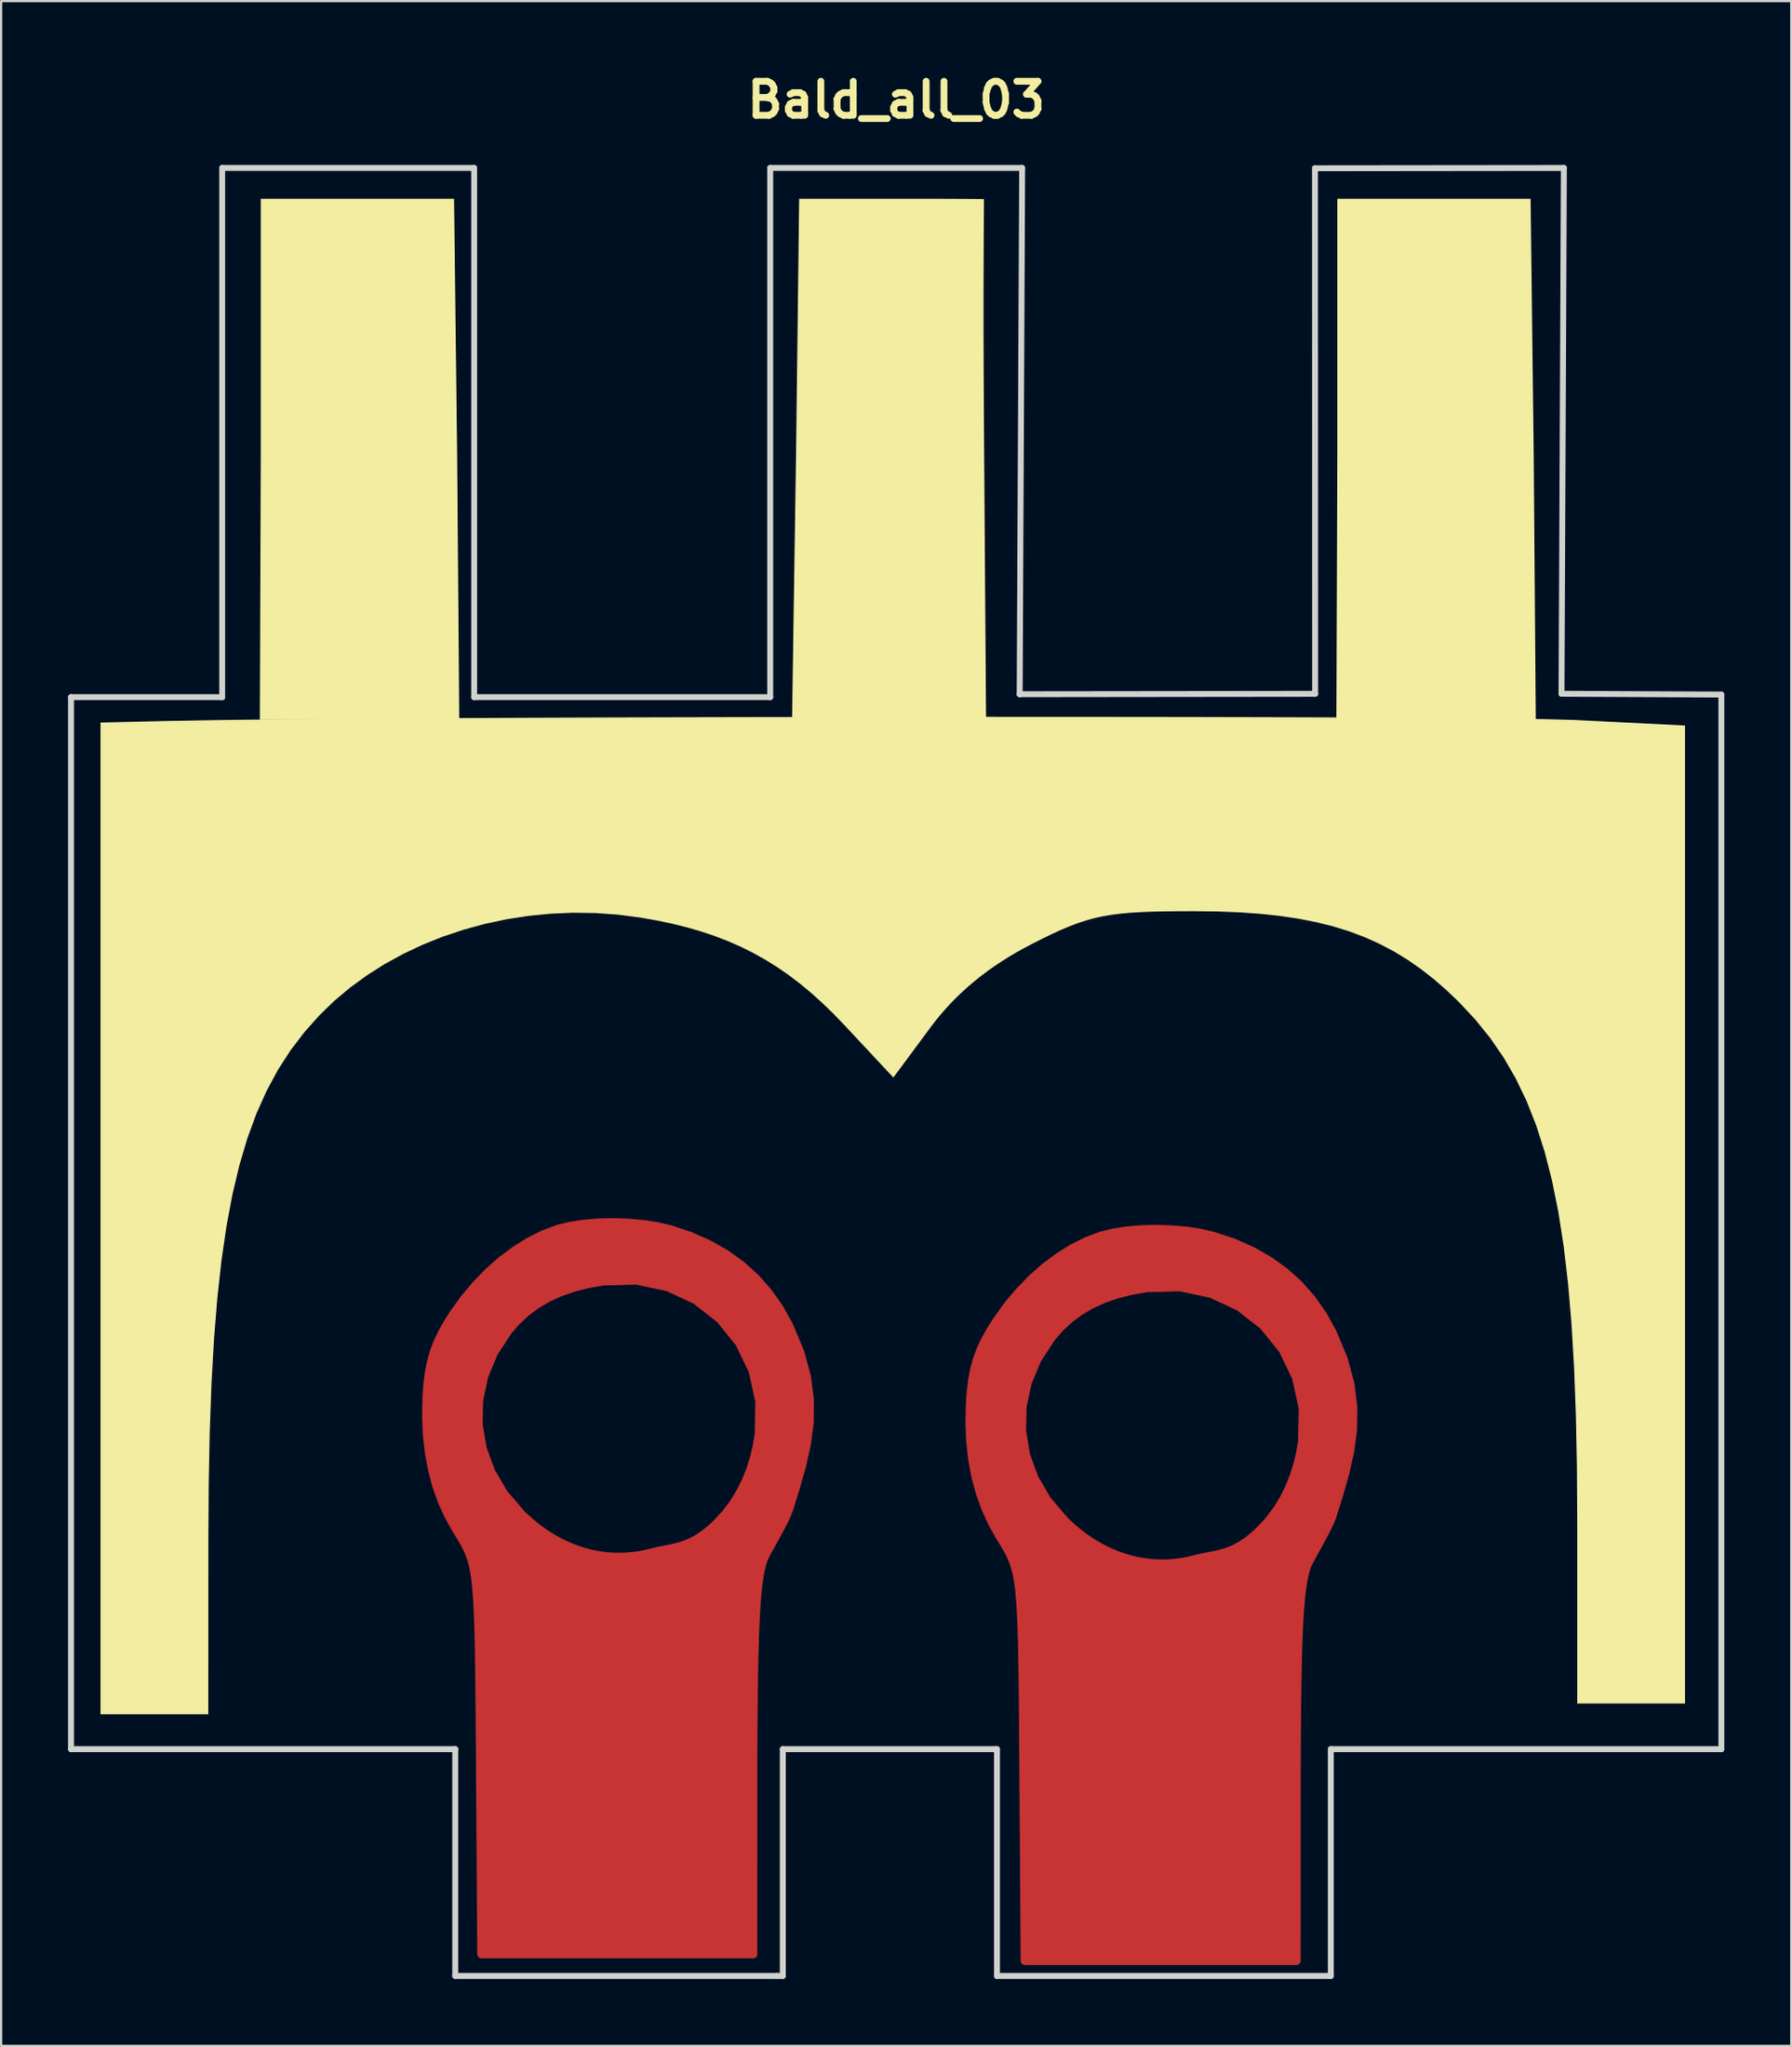
<source format=kicad_pcb>
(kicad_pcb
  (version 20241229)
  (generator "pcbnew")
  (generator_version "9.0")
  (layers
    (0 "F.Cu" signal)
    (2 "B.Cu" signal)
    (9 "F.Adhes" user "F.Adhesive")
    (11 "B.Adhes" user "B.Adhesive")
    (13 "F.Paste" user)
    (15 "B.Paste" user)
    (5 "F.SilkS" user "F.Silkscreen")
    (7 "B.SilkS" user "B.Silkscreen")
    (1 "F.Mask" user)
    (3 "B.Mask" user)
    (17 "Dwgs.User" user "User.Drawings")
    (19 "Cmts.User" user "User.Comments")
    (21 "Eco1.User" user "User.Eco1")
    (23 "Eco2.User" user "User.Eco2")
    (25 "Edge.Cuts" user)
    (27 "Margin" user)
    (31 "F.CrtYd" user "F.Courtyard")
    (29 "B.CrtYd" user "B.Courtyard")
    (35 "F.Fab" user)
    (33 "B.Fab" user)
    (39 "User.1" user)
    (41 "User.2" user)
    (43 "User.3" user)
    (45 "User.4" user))
  (footprint "Bald_all_03"
    (layer "F.Cu")
    (at 37.103 44.973)
    (property "Reference" "Bald_all_03" (at 0 -43.547 0) (layer "F.SilkS") (effects (font (size 1.524 1.524) (thickness 0.305))))
    (attr smd)
    (fp_poly (pts (xy -18.643 31.317) (xy -10.909 21.517) (xy -10.811 21.494) (xy -10.715 21.472) (xy -10.621 21.452) (xy -10.528 21.433) (xy -10.437 21.415) (xy -10.347 21.397) (xy -10.258 21.379) (xy -10.17 21.361) (xy -10.083 21.343) (xy -9.996 21.324) (xy -9.91 21.304) (xy -9.825 21.283) (xy -9.739 21.26) (xy -9.654 21.236) (xy -9.568 21.209) (xy -9.482 21.179) (xy -9.396 21.147) (xy -9.309 21.112) (xy -9.222 21.073) (xy -9.133 21.03) (xy -9.043 20.984) (xy -8.953 20.933) (xy -8.86 20.878) (xy -8.767 20.817) (xy -8.671 20.752) (xy -8.574 20.681) (xy -8.475 20.604) (xy -8.374 20.521) (xy -8.27 20.432) (xy -8.164 20.336) (xy -8.055 20.233) (xy -7.641 19.787) (xy -7.285 19.314) (xy -6.983 18.819) (xy -6.731 18.31) (xy -6.526 17.793) (xy -6.365 17.274) (xy -6.243 16.761) (xy -6.157 16.259) (xy -6.126 14.769) (xy -6.431 13.383) (xy -7.033 12.139) (xy -7.893 11.075) (xy -8.972 10.23) (xy -10.232 9.641) (xy -11.634 9.347) (xy -13.138 9.386) (xy -13.831 9.508) (xy -14.474 9.673) (xy -15.069 9.881) (xy -15.618 10.134) (xy -16.123 10.432) (xy -16.585 10.776) (xy -17.006 11.167) (xy -17.39 11.607) (xy -18.029 12.59) (xy -18.461 13.629) (xy -18.688 14.703) (xy -18.711 15.788) (xy -18.532 16.862) (xy -18.153 17.903) (xy -17.574 18.889) (xy -16.799 19.797) (xy -16.641 19.948) (xy -16.481 20.093) (xy -16.319 20.232) (xy -16.155 20.365) (xy -15.988 20.493) (xy -15.819 20.614) (xy -15.649 20.729) (xy -15.476 20.837) (xy -15.302 20.94) (xy -15.126 21.037) (xy -14.949 21.127) (xy -14.77 21.211) (xy -14.589 21.289) (xy -14.407 21.36) (xy -14.224 21.426) (xy -14.04 21.484) (xy -13.855 21.537) (xy -13.669 21.583) (xy -13.482 21.623) (xy -13.294 21.656) (xy -13.105 21.683) (xy -12.916 21.703) (xy -12.726 21.717) (xy -12.536 21.724) (xy -12.345 21.724) (xy -12.155 21.718) (xy -11.964 21.706) (xy -11.773 21.687) (xy -11.581 21.661) (xy -11.39 21.628) (xy -11.2 21.588) (xy -11.009 21.542) (xy -11.009 21.542) (xy -10.909 21.517) (xy -18.643 31.317) (xy -18.646 30.889) (xy -18.648 30.474) (xy -18.651 30.073) (xy -18.654 29.684) (xy -18.657 29.309) (xy -18.66 28.946) (xy -18.663 28.595) (xy -18.666 28.256) (xy -18.669 27.928) (xy -18.672 27.613) (xy -18.675 27.308) (xy -18.678 27.014) (xy -18.682 26.731) (xy -18.686 26.459) (xy -18.69 26.197) (xy -18.694 25.944) (xy -18.698 25.702) (xy -18.703 25.469) (xy -18.709 25.244) (xy -18.714 25.029) (xy -18.72 24.823) (xy -18.727 24.625) (xy -18.734 24.435) (xy -18.741 24.253) (xy -18.775 23.599) (xy -18.819 23.051) (xy -18.832 22.928) (xy -18.845 22.811) (xy -18.859 22.7) (xy -18.874 22.592) (xy -18.89 22.49) (xy -18.906 22.392) (xy -18.924 22.298) (xy -18.942 22.207) (xy -18.961 22.121) (xy -18.981 22.037) (xy -19.002 21.957) (xy -19.024 21.879) (xy -19.047 21.804) (xy -19.071 21.732) (xy -19.096 21.661) (xy -19.122 21.592) (xy -19.237 21.329) (xy -19.371 21.074) (xy -19.527 20.811) (xy -19.704 20.523) (xy -20.057 19.893) (xy -20.358 19.229) (xy -20.605 18.532) (xy -20.798 17.802) (xy -20.939 17.039) (xy -21.027 16.243) (xy -21.061 15.414) (xy -21.042 14.553) (xy -21.001 13.991) (xy -20.937 13.483) (xy -20.846 13.015) (xy -20.724 12.575) (xy -20.566 12.15) (xy -20.37 11.728) (xy -20.13 11.297) (xy -19.844 10.843) (xy -19.357 10.166) (xy -18.831 9.537) (xy -18.272 8.961) (xy -17.685 8.443) (xy -17.075 7.987) (xy -16.45 7.597) (xy -15.814 7.279) (xy -15.174 7.038) (xy -14.641 6.904) (xy -14.037 6.808) (xy -13.383 6.752) (xy -12.7 6.734) (xy -12.01 6.756) (xy -11.334 6.816) (xy -10.694 6.915) (xy -10.111 7.052) (xy -9.215 7.353) (xy -8.384 7.722) (xy -7.62 8.159) (xy -6.923 8.663) (xy -6.292 9.236) (xy -5.728 9.876) (xy -5.231 10.583) (xy -4.801 11.359) (xy -4.301 12.553) (xy -3.999 13.665) (xy -3.868 14.713) (xy -3.879 15.714) (xy -4.006 16.686) (xy -4.22 17.647) (xy -4.495 18.613) (xy -4.802 19.602) (xy -4.896 19.842) (xy -5.037 20.14) (xy -5.21 20.473) (xy -5.397 20.818) (xy -5.444 20.903) (xy -5.491 20.987) (xy -5.537 21.07) (xy -5.582 21.151) (xy -5.625 21.23) (xy -5.667 21.307) (xy -5.708 21.381) (xy -5.746 21.452) (xy -5.782 21.519) (xy -5.815 21.582) (xy -5.846 21.641) (xy -5.874 21.696) (xy -5.898 21.745) (xy -5.918 21.789) (xy -5.935 21.828) (xy -5.948 21.861) (xy -6.012 22.067) (xy -6.07 22.308) (xy -6.122 22.59) (xy -6.169 22.919) (xy -6.181 23.009) (xy -6.191 23.102) (xy -6.202 23.199) (xy -6.212 23.299) (xy -6.249 23.736) (xy -6.281 24.235) (xy -6.289 24.37) (xy -6.296 24.51) (xy -6.303 24.653) (xy -6.31 24.802) (xy -6.316 24.955) (xy -6.322 25.112) (xy -6.328 25.275) (xy -6.334 25.442) (xy -6.339 25.614) (xy -6.344 25.791) (xy -6.349 25.973) (xy -6.354 26.16) (xy -6.358 26.353) (xy -6.362 26.551) (xy -6.366 26.754) (xy -6.37 26.963) (xy -6.374 27.177) (xy -6.377 27.397) (xy -6.38 27.623) (xy -6.383 27.854) (xy -6.386 28.092) (xy -6.389 28.335) (xy -6.391 28.585) (xy -6.393 28.841) (xy -6.395 29.103) (xy -6.397 29.371) (xy -6.398 29.646) (xy -6.399 29.927) (xy -6.401 30.215) (xy -6.402 30.509) (xy -6.403 30.81) (xy -6.404 31.118) (xy -6.404 31.433) (xy -6.405 31.755) (xy -6.405 32.084) (xy -6.405 32.421) (xy -6.405 32.865) (xy -6.405 33.309) (xy -6.405 33.753) (xy -6.405 34.197) (xy -6.405 34.642) (xy -6.405 35.086) (xy -6.406 35.53) (xy -6.406 35.974) (xy -6.406 36.418) (xy -6.406 36.863) (xy -6.406 37.307) (xy -6.406 37.751) (xy -6.406 38.195) (xy -6.406 38.639) (xy -6.406 39.084) (xy -6.406 39.528) (xy -6.787 39.528) (xy -7.167 39.528) (xy -7.548 39.528) (xy -7.929 39.528) (xy -9.451 39.528) (xy -10.974 39.528) (xy -12.496 39.528) (xy -14.019 39.528) (xy -15.542 39.528) (xy -17.064 39.528) (xy -17.445 39.528) (xy -17.825 39.528) (xy -18.206 39.528) (xy -18.587 39.528) (xy -18.59 39.015) (xy -18.594 38.501) (xy -18.597 37.988) (xy -18.601 37.475) (xy -18.604 36.962) (xy -18.608 36.449) (xy -18.611 35.936) (xy -18.615 35.423) (xy -18.619 34.909) (xy -18.622 34.396) (xy -18.626 33.883) (xy -18.629 33.37) (xy -18.633 32.857) (xy -18.636 32.344) (xy -18.637 32.215) (xy -18.638 32.087) (xy -18.639 31.959) (xy -18.64 31.83) (xy -18.64 31.702) (xy -18.641 31.574) (xy -18.642 31.446) (xy -18.643 31.317) (xy -18.643 31.317) (xy -18.643 31.317) (xy -18.643 31.317) (xy -18.643 31.317) (xy -18.643 31.317) (xy -18.643 31.317) (xy -18.643 31.317) (xy -18.643 31.317) (xy -18.643 31.317) (xy -18.643 31.317) (xy -18.643 31.317) (xy -18.643 31.317) (xy -18.643 31.317)) (stroke (width 0.365) (type solid)) (fill yes) (layer "F.Cu"))
    (fp_poly (pts (xy 5.704 31.617) (xy 13.437 21.816) (xy 13.535 21.793) (xy 13.631 21.772) (xy 13.726 21.751) (xy 13.818 21.732) (xy 13.91 21.714) (xy 14 21.696) (xy 14.088 21.679) (xy 14.176 21.661) (xy 14.264 21.643) (xy 14.35 21.624) (xy 14.436 21.604) (xy 14.522 21.583) (xy 14.607 21.56) (xy 14.693 21.535) (xy 14.778 21.508) (xy 14.864 21.479) (xy 14.95 21.446) (xy 15.037 21.411) (xy 15.125 21.372) (xy 15.213 21.33) (xy 15.303 21.283) (xy 15.394 21.232) (xy 15.486 21.177) (xy 15.58 21.117) (xy 15.675 21.051) (xy 15.772 20.98) (xy 15.872 20.903) (xy 15.973 20.821) (xy 16.076 20.731) (xy 16.183 20.635) (xy 16.291 20.532) (xy 16.705 20.086) (xy 17.061 19.613) (xy 17.364 19.118) (xy 17.615 18.609) (xy 17.82 18.092) (xy 17.982 17.574) (xy 18.104 17.06) (xy 18.189 16.559) (xy 18.22 15.069) (xy 17.915 13.683) (xy 17.314 12.438) (xy 16.454 11.375) (xy 15.374 10.529) (xy 14.114 9.94) (xy 12.713 9.646) (xy 11.208 9.685) (xy 10.515 9.808) (xy 9.872 9.972) (xy 9.277 10.181) (xy 8.728 10.433) (xy 8.224 10.731) (xy 7.762 11.075) (xy 7.34 11.467) (xy 6.957 11.907) (xy 6.318 12.889) (xy 5.886 13.928) (xy 5.659 15.002) (xy 5.636 16.087) (xy 5.815 17.161) (xy 6.194 18.203) (xy 6.772 19.188) (xy 7.548 20.096) (xy 7.705 20.247) (xy 7.865 20.392) (xy 8.027 20.532) (xy 8.192 20.665) (xy 8.359 20.792) (xy 8.527 20.913) (xy 8.698 21.028) (xy 8.87 21.137) (xy 9.044 21.239) (xy 9.22 21.336) (xy 9.398 21.426) (xy 9.577 21.51) (xy 9.757 21.588) (xy 9.939 21.66) (xy 10.122 21.725) (xy 10.306 21.784) (xy 10.491 21.836) (xy 10.678 21.882) (xy 10.865 21.922) (xy 11.053 21.955) (xy 11.241 21.982) (xy 11.43 22.002) (xy 11.62 22.016) (xy 11.81 22.023) (xy 12.001 22.024) (xy 12.192 22.018) (xy 12.383 22.005) (xy 12.574 21.986) (xy 12.765 21.96) (xy 12.956 21.927) (xy 13.147 21.888) (xy 13.338 21.842) (xy 13.337 21.842) (xy 13.437 21.816) (xy 5.704 31.617) (xy 5.701 31.188) (xy 5.698 30.774) (xy 5.695 30.372) (xy 5.692 29.984) (xy 5.689 29.608) (xy 5.687 29.245) (xy 5.684 28.894) (xy 5.681 28.555) (xy 5.678 28.228) (xy 5.675 27.912) (xy 5.672 27.607) (xy 5.668 27.314) (xy 5.665 27.031) (xy 5.661 26.758) (xy 5.657 26.496) (xy 5.653 26.244) (xy 5.648 26.001) (xy 5.643 25.768) (xy 5.638 25.544) (xy 5.632 25.329) (xy 5.626 25.122) (xy 5.62 24.924) (xy 5.613 24.734) (xy 5.606 24.552) (xy 5.571 23.898) (xy 5.527 23.35) (xy 5.515 23.228) (xy 5.501 23.111) (xy 5.487 22.999) (xy 5.472 22.892) (xy 5.457 22.789) (xy 5.44 22.691) (xy 5.423 22.597) (xy 5.405 22.507) (xy 5.386 22.42) (xy 5.366 22.337) (xy 5.345 22.256) (xy 5.323 22.179) (xy 5.3 22.104) (xy 5.276 22.031) (xy 5.251 21.96) (xy 5.225 21.891) (xy 5.109 21.628) (xy 4.975 21.373) (xy 4.82 21.11) (xy 4.642 20.822) (xy 4.289 20.192) (xy 3.989 19.528) (xy 3.742 18.831) (xy 3.548 18.101) (xy 3.407 17.338) (xy 3.32 16.542) (xy 3.286 15.714) (xy 3.305 14.852) (xy 3.346 14.29) (xy 3.41 13.782) (xy 3.501 13.314) (xy 3.623 12.874) (xy 3.78 12.449) (xy 3.976 12.027) (xy 4.216 11.596) (xy 4.503 11.142) (xy 4.989 10.465) (xy 5.515 9.837) (xy 6.075 9.261) (xy 6.662 8.742) (xy 7.271 8.286) (xy 7.896 7.897) (xy 8.532 7.579) (xy 9.173 7.337) (xy 9.705 7.203) (xy 10.309 7.108) (xy 10.964 7.051) (xy 11.647 7.034) (xy 12.337 7.055) (xy 13.013 7.115) (xy 13.653 7.214) (xy 14.235 7.352) (xy 15.132 7.652) (xy 15.962 8.021) (xy 16.726 8.458) (xy 17.424 8.963) (xy 18.055 9.535) (xy 18.618 10.175) (xy 19.115 10.883) (xy 19.545 11.658) (xy 20.045 12.852) (xy 20.347 13.964) (xy 20.479 15.012) (xy 20.468 16.014) (xy 20.341 16.986) (xy 20.126 17.946) (xy 19.852 18.912) (xy 19.544 19.901) (xy 19.451 20.142) (xy 19.309 20.44) (xy 19.136 20.772) (xy 18.949 21.117) (xy 18.902 21.202) (xy 18.856 21.287) (xy 18.81 21.37) (xy 18.765 21.451) (xy 18.721 21.53) (xy 18.679 21.606) (xy 18.639 21.68) (xy 18.6 21.751) (xy 18.564 21.818) (xy 18.531 21.881) (xy 18.5 21.941) (xy 18.473 21.995) (xy 18.449 22.045) (xy 18.428 22.089) (xy 18.411 22.127) (xy 18.399 22.16) (xy 18.335 22.366) (xy 18.277 22.607) (xy 18.224 22.89) (xy 18.177 23.218) (xy 18.166 23.308) (xy 18.155 23.401) (xy 18.145 23.498) (xy 18.135 23.598) (xy 18.098 24.035) (xy 18.065 24.534) (xy 18.058 24.669) (xy 18.05 24.809) (xy 18.043 24.953) (xy 18.037 25.101) (xy 18.03 25.254) (xy 18.024 25.412) (xy 18.018 25.574) (xy 18.013 25.741) (xy 18.007 25.913) (xy 18.002 26.09) (xy 17.997 26.273) (xy 17.993 26.46) (xy 17.988 26.652) (xy 17.984 26.85) (xy 17.98 27.053) (xy 17.976 27.262) (xy 17.973 27.477) (xy 17.969 27.696) (xy 17.966 27.922) (xy 17.963 28.154) (xy 17.96 28.391) (xy 17.958 28.635) (xy 17.956 28.884) (xy 17.954 29.14) (xy 17.952 29.402) (xy 17.95 29.67) (xy 17.949 29.945) (xy 17.947 30.226) (xy 17.946 30.514) (xy 17.945 30.808) (xy 17.944 31.11) (xy 17.943 31.418) (xy 17.942 31.733) (xy 17.942 32.055) (xy 17.941 32.384) (xy 17.941 32.72) (xy 17.941 33.164) (xy 17.941 33.608) (xy 17.941 34.053) (xy 17.941 34.497) (xy 17.941 34.941) (xy 17.941 35.385) (xy 17.941 35.829) (xy 17.941 36.274) (xy 17.941 36.718) (xy 17.941 37.162) (xy 17.941 37.606) (xy 17.941 38.05) (xy 17.941 38.495) (xy 17.94 38.939) (xy 17.94 39.383) (xy 17.94 39.827) (xy 17.56 39.827) (xy 17.179 39.827) (xy 16.798 39.827) (xy 16.418 39.827) (xy 14.895 39.827) (xy 13.373 39.827) (xy 11.85 39.827) (xy 10.327 39.827) (xy 8.805 39.827) (xy 7.282 39.827) (xy 6.902 39.827) (xy 6.521 39.827) (xy 6.14 39.827) (xy 5.76 39.827) (xy 5.756 39.314) (xy 5.753 38.801) (xy 5.749 38.288) (xy 5.746 37.774) (xy 5.742 37.261) (xy 5.739 36.748) (xy 5.735 36.235) (xy 5.731 35.722) (xy 5.728 35.209) (xy 5.724 34.696) (xy 5.721 34.182) (xy 5.717 33.669) (xy 5.714 33.156) (xy 5.71 32.643) (xy 5.709 32.515) (xy 5.709 32.386) (xy 5.708 32.258) (xy 5.707 32.13) (xy 5.706 32.001) (xy 5.705 31.873) (xy 5.704 31.745) (xy 5.704 31.617) (xy 5.704 31.617) (xy 5.704 31.617) (xy 5.704 31.617) (xy 5.704 31.617) (xy 5.704 31.617) (xy 5.704 31.617) (xy 5.704 31.617) (xy 5.704 31.617) (xy 5.704 31.617) (xy 5.704 31.617) (xy 5.704 31.617) (xy 5.704 31.617) (xy 5.704 31.617)) (stroke (width 0.365) (type solid)) (fill yes) (layer "F.Cu"))
    (fp_poly (pts (xy -18.643 31.317) (xy -10.909 21.517) (xy -10.811 21.494) (xy -10.715 21.472) (xy -10.621 21.452) (xy -10.528 21.433) (xy -10.437 21.415) (xy -10.347 21.397) (xy -10.258 21.379) (xy -10.17 21.361) (xy -10.083 21.343) (xy -9.996 21.324) (xy -9.91 21.304) (xy -9.825 21.283) (xy -9.739 21.26) (xy -9.654 21.236) (xy -9.568 21.209) (xy -9.482 21.179) (xy -9.396 21.147) (xy -9.309 21.112) (xy -9.222 21.073) (xy -9.133 21.03) (xy -9.043 20.984) (xy -8.953 20.933) (xy -8.86 20.878) (xy -8.767 20.817) (xy -8.671 20.752) (xy -8.574 20.681) (xy -8.475 20.604) (xy -8.374 20.521) (xy -8.27 20.432) (xy -8.164 20.336) (xy -8.055 20.233) (xy -7.641 19.787) (xy -7.285 19.314) (xy -6.983 18.819) (xy -6.731 18.31) (xy -6.526 17.793) (xy -6.365 17.274) (xy -6.243 16.761) (xy -6.157 16.259) (xy -6.126 14.769) (xy -6.431 13.383) (xy -7.033 12.139) (xy -7.893 11.075) (xy -8.972 10.23) (xy -10.232 9.641) (xy -11.634 9.347) (xy -13.138 9.386) (xy -13.831 9.508) (xy -14.474 9.673) (xy -15.069 9.881) (xy -15.618 10.134) (xy -16.123 10.432) (xy -16.585 10.776) (xy -17.006 11.167) (xy -17.39 11.607) (xy -18.029 12.59) (xy -18.461 13.629) (xy -18.688 14.703) (xy -18.711 15.788) (xy -18.532 16.862) (xy -18.153 17.903) (xy -17.574 18.889) (xy -16.799 19.797) (xy -16.641 19.948) (xy -16.481 20.093) (xy -16.319 20.232) (xy -16.155 20.365) (xy -15.988 20.493) (xy -15.819 20.614) (xy -15.649 20.729) (xy -15.476 20.837) (xy -15.302 20.94) (xy -15.126 21.037) (xy -14.949 21.127) (xy -14.77 21.211) (xy -14.589 21.289) (xy -14.407 21.36) (xy -14.224 21.426) (xy -14.04 21.484) (xy -13.855 21.537) (xy -13.669 21.583) (xy -13.482 21.623) (xy -13.294 21.656) (xy -13.105 21.683) (xy -12.916 21.703) (xy -12.726 21.717) (xy -12.536 21.724) (xy -12.345 21.724) (xy -12.155 21.718) (xy -11.964 21.706) (xy -11.773 21.687) (xy -11.581 21.661) (xy -11.39 21.628) (xy -11.2 21.588) (xy -11.009 21.542) (xy -11.009 21.542) (xy -10.909 21.517) (xy -18.643 31.317) (xy -18.646 30.889) (xy -18.648 30.474) (xy -18.651 30.073) (xy -18.654 29.684) (xy -18.657 29.309) (xy -18.66 28.946) (xy -18.663 28.595) (xy -18.666 28.256) (xy -18.669 27.928) (xy -18.672 27.613) (xy -18.675 27.308) (xy -18.678 27.014) (xy -18.682 26.731) (xy -18.686 26.459) (xy -18.69 26.197) (xy -18.694 25.944) (xy -18.698 25.702) (xy -18.703 25.469) (xy -18.709 25.244) (xy -18.714 25.029) (xy -18.72 24.823) (xy -18.727 24.625) (xy -18.734 24.435) (xy -18.741 24.253) (xy -18.775 23.599) (xy -18.819 23.051) (xy -18.832 22.928) (xy -18.845 22.811) (xy -18.859 22.7) (xy -18.874 22.592) (xy -18.89 22.49) (xy -18.906 22.392) (xy -18.924 22.298) (xy -18.942 22.207) (xy -18.961 22.121) (xy -18.981 22.037) (xy -19.002 21.957) (xy -19.024 21.879) (xy -19.047 21.804) (xy -19.071 21.732) (xy -19.096 21.661) (xy -19.122 21.592) (xy -19.237 21.329) (xy -19.371 21.074) (xy -19.527 20.811) (xy -19.704 20.523) (xy -20.057 19.893) (xy -20.358 19.229) (xy -20.605 18.532) (xy -20.798 17.802) (xy -20.939 17.039) (xy -21.027 16.243) (xy -21.061 15.414) (xy -21.042 14.553) (xy -21.001 13.991) (xy -20.937 13.483) (xy -20.846 13.015) (xy -20.724 12.575) (xy -20.566 12.15) (xy -20.37 11.728) (xy -20.13 11.297) (xy -19.844 10.843) (xy -19.357 10.166) (xy -18.831 9.537) (xy -18.272 8.961) (xy -17.685 8.443) (xy -17.075 7.987) (xy -16.45 7.597) (xy -15.814 7.279) (xy -15.174 7.038) (xy -14.641 6.904) (xy -14.037 6.808) (xy -13.383 6.752) (xy -12.7 6.734) (xy -12.01 6.756) (xy -11.334 6.816) (xy -10.694 6.915) (xy -10.111 7.052) (xy -9.215 7.353) (xy -8.384 7.722) (xy -7.62 8.159) (xy -6.923 8.663) (xy -6.292 9.236) (xy -5.728 9.876) (xy -5.231 10.583) (xy -4.801 11.359) (xy -4.301 12.553) (xy -3.999 13.665) (xy -3.868 14.713) (xy -3.879 15.714) (xy -4.006 16.686) (xy -4.22 17.647) (xy -4.495 18.613) (xy -4.802 19.602) (xy -4.896 19.842) (xy -5.037 20.14) (xy -5.21 20.473) (xy -5.397 20.818) (xy -5.444 20.903) (xy -5.491 20.987) (xy -5.537 21.07) (xy -5.582 21.151) (xy -5.625 21.23) (xy -5.667 21.307) (xy -5.708 21.381) (xy -5.746 21.452) (xy -5.782 21.519) (xy -5.815 21.582) (xy -5.846 21.641) (xy -5.874 21.696) (xy -5.898 21.745) (xy -5.918 21.789) (xy -5.935 21.828) (xy -5.948 21.861) (xy -6.012 22.067) (xy -6.07 22.308) (xy -6.122 22.59) (xy -6.169 22.919) (xy -6.181 23.009) (xy -6.191 23.102) (xy -6.202 23.199) (xy -6.212 23.299) (xy -6.249 23.736) (xy -6.281 24.235) (xy -6.289 24.37) (xy -6.296 24.51) (xy -6.303 24.653) (xy -6.31 24.802) (xy -6.316 24.955) (xy -6.322 25.112) (xy -6.328 25.275) (xy -6.334 25.442) (xy -6.339 25.614) (xy -6.344 25.791) (xy -6.349 25.973) (xy -6.354 26.16) (xy -6.358 26.353) (xy -6.362 26.551) (xy -6.366 26.754) (xy -6.37 26.963) (xy -6.374 27.177) (xy -6.377 27.397) (xy -6.38 27.623) (xy -6.383 27.854) (xy -6.386 28.092) (xy -6.389 28.335) (xy -6.391 28.585) (xy -6.393 28.841) (xy -6.395 29.103) (xy -6.397 29.371) (xy -6.398 29.646) (xy -6.399 29.927) (xy -6.401 30.215) (xy -6.402 30.509) (xy -6.403 30.81) (xy -6.404 31.118) (xy -6.404 31.433) (xy -6.405 31.755) (xy -6.405 32.084) (xy -6.405 32.421) (xy -6.405 32.865) (xy -6.405 33.309) (xy -6.405 33.753) (xy -6.405 34.197) (xy -6.405 34.642) (xy -6.405 35.086) (xy -6.406 35.53) (xy -6.406 35.974) (xy -6.406 36.418) (xy -6.406 36.863) (xy -6.406 37.307) (xy -6.406 37.751) (xy -6.406 38.195) (xy -6.406 38.639) (xy -6.406 39.084) (xy -6.406 39.528) (xy -6.787 39.528) (xy -7.167 39.528) (xy -7.548 39.528) (xy -7.929 39.528) (xy -9.451 39.528) (xy -10.974 39.528) (xy -12.496 39.528) (xy -14.019 39.528) (xy -15.542 39.528) (xy -17.064 39.528) (xy -17.445 39.528) (xy -17.825 39.528) (xy -18.206 39.528) (xy -18.587 39.528) (xy -18.59 39.015) (xy -18.594 38.501) (xy -18.597 37.988) (xy -18.601 37.475) (xy -18.604 36.962) (xy -18.608 36.449) (xy -18.611 35.936) (xy -18.615 35.423) (xy -18.619 34.909) (xy -18.622 34.396) (xy -18.626 33.883) (xy -18.629 33.37) (xy -18.633 32.857) (xy -18.636 32.344) (xy -18.637 32.215) (xy -18.638 32.087) (xy -18.639 31.959) (xy -18.64 31.83) (xy -18.64 31.702) (xy -18.641 31.574) (xy -18.642 31.446) (xy -18.643 31.317) (xy -18.643 31.317) (xy -18.643 31.317) (xy -18.643 31.317) (xy -18.643 31.317) (xy -18.643 31.317) (xy -18.643 31.317) (xy -18.643 31.317) (xy -18.643 31.317) (xy -18.643 31.317) (xy -18.643 31.317) (xy -18.643 31.317) (xy -18.643 31.317) (xy -18.643 31.317)) (stroke (width 0.365) (type solid)) (fill yes) (layer "F.Mask"))
    (fp_poly (pts (xy 5.704 31.617) (xy 13.437 21.816) (xy 13.535 21.793) (xy 13.631 21.772) (xy 13.726 21.751) (xy 13.818 21.732) (xy 13.91 21.714) (xy 14 21.696) (xy 14.088 21.679) (xy 14.176 21.661) (xy 14.264 21.643) (xy 14.35 21.624) (xy 14.436 21.604) (xy 14.522 21.583) (xy 14.607 21.56) (xy 14.693 21.535) (xy 14.778 21.508) (xy 14.864 21.479) (xy 14.95 21.446) (xy 15.037 21.411) (xy 15.125 21.372) (xy 15.213 21.33) (xy 15.303 21.283) (xy 15.394 21.232) (xy 15.486 21.177) (xy 15.58 21.117) (xy 15.675 21.051) (xy 15.772 20.98) (xy 15.872 20.903) (xy 15.973 20.821) (xy 16.076 20.731) (xy 16.183 20.635) (xy 16.291 20.532) (xy 16.705 20.086) (xy 17.061 19.613) (xy 17.364 19.118) (xy 17.615 18.609) (xy 17.82 18.092) (xy 17.982 17.574) (xy 18.104 17.06) (xy 18.189 16.559) (xy 18.22 15.069) (xy 17.915 13.683) (xy 17.314 12.438) (xy 16.454 11.375) (xy 15.374 10.529) (xy 14.114 9.94) (xy 12.713 9.646) (xy 11.208 9.685) (xy 10.515 9.808) (xy 9.872 9.972) (xy 9.277 10.181) (xy 8.728 10.433) (xy 8.224 10.731) (xy 7.762 11.075) (xy 7.34 11.467) (xy 6.957 11.907) (xy 6.318 12.889) (xy 5.886 13.928) (xy 5.659 15.002) (xy 5.636 16.087) (xy 5.815 17.161) (xy 6.194 18.203) (xy 6.772 19.188) (xy 7.548 20.096) (xy 7.705 20.247) (xy 7.865 20.392) (xy 8.027 20.532) (xy 8.192 20.665) (xy 8.359 20.792) (xy 8.527 20.913) (xy 8.698 21.028) (xy 8.87 21.137) (xy 9.044 21.239) (xy 9.22 21.336) (xy 9.398 21.426) (xy 9.577 21.51) (xy 9.757 21.588) (xy 9.939 21.66) (xy 10.122 21.725) (xy 10.306 21.784) (xy 10.491 21.836) (xy 10.678 21.882) (xy 10.865 21.922) (xy 11.053 21.955) (xy 11.241 21.982) (xy 11.43 22.002) (xy 11.62 22.016) (xy 11.81 22.023) (xy 12.001 22.024) (xy 12.192 22.018) (xy 12.383 22.005) (xy 12.574 21.986) (xy 12.765 21.96) (xy 12.956 21.927) (xy 13.147 21.888) (xy 13.338 21.842) (xy 13.337 21.842) (xy 13.437 21.816) (xy 5.704 31.617) (xy 5.701 31.188) (xy 5.698 30.774) (xy 5.695 30.372) (xy 5.692 29.984) (xy 5.689 29.608) (xy 5.687 29.245) (xy 5.684 28.894) (xy 5.681 28.555) (xy 5.678 28.228) (xy 5.675 27.912) (xy 5.672 27.607) (xy 5.668 27.314) (xy 5.665 27.031) (xy 5.661 26.758) (xy 5.657 26.496) (xy 5.653 26.244) (xy 5.648 26.001) (xy 5.643 25.768) (xy 5.638 25.544) (xy 5.632 25.329) (xy 5.626 25.122) (xy 5.62 24.924) (xy 5.613 24.734) (xy 5.606 24.552) (xy 5.571 23.898) (xy 5.527 23.35) (xy 5.515 23.228) (xy 5.501 23.111) (xy 5.487 22.999) (xy 5.472 22.892) (xy 5.457 22.789) (xy 5.44 22.691) (xy 5.423 22.597) (xy 5.405 22.507) (xy 5.386 22.42) (xy 5.366 22.337) (xy 5.345 22.256) (xy 5.323 22.179) (xy 5.3 22.104) (xy 5.276 22.031) (xy 5.251 21.96) (xy 5.225 21.891) (xy 5.109 21.628) (xy 4.975 21.373) (xy 4.82 21.11) (xy 4.642 20.822) (xy 4.289 20.192) (xy 3.989 19.528) (xy 3.742 18.831) (xy 3.548 18.101) (xy 3.407 17.338) (xy 3.32 16.542) (xy 3.286 15.714) (xy 3.305 14.852) (xy 3.346 14.29) (xy 3.41 13.782) (xy 3.501 13.314) (xy 3.623 12.874) (xy 3.78 12.449) (xy 3.976 12.027) (xy 4.216 11.596) (xy 4.503 11.142) (xy 4.989 10.465) (xy 5.515 9.837) (xy 6.075 9.261) (xy 6.662 8.742) (xy 7.271 8.286) (xy 7.896 7.897) (xy 8.532 7.579) (xy 9.173 7.337) (xy 9.705 7.203) (xy 10.309 7.108) (xy 10.964 7.051) (xy 11.647 7.034) (xy 12.337 7.055) (xy 13.013 7.115) (xy 13.653 7.214) (xy 14.235 7.352) (xy 15.132 7.652) (xy 15.962 8.021) (xy 16.726 8.458) (xy 17.424 8.963) (xy 18.055 9.535) (xy 18.618 10.175) (xy 19.115 10.883) (xy 19.545 11.658) (xy 20.045 12.852) (xy 20.347 13.964) (xy 20.479 15.012) (xy 20.468 16.014) (xy 20.341 16.986) (xy 20.126 17.946) (xy 19.852 18.912) (xy 19.544 19.901) (xy 19.451 20.142) (xy 19.309 20.44) (xy 19.136 20.772) (xy 18.949 21.117) (xy 18.902 21.202) (xy 18.856 21.287) (xy 18.81 21.37) (xy 18.765 21.451) (xy 18.721 21.53) (xy 18.679 21.606) (xy 18.639 21.68) (xy 18.6 21.751) (xy 18.564 21.818) (xy 18.531 21.881) (xy 18.5 21.941) (xy 18.473 21.995) (xy 18.449 22.045) (xy 18.428 22.089) (xy 18.411 22.127) (xy 18.399 22.16) (xy 18.335 22.366) (xy 18.277 22.607) (xy 18.224 22.89) (xy 18.177 23.218) (xy 18.166 23.308) (xy 18.155 23.401) (xy 18.145 23.498) (xy 18.135 23.598) (xy 18.098 24.035) (xy 18.065 24.534) (xy 18.058 24.669) (xy 18.05 24.809) (xy 18.043 24.953) (xy 18.037 25.101) (xy 18.03 25.254) (xy 18.024 25.412) (xy 18.018 25.574) (xy 18.013 25.741) (xy 18.007 25.913) (xy 18.002 26.09) (xy 17.997 26.273) (xy 17.993 26.46) (xy 17.988 26.652) (xy 17.984 26.85) (xy 17.98 27.053) (xy 17.976 27.262) (xy 17.973 27.477) (xy 17.969 27.696) (xy 17.966 27.922) (xy 17.963 28.154) (xy 17.96 28.391) (xy 17.958 28.635) (xy 17.956 28.884) (xy 17.954 29.14) (xy 17.952 29.402) (xy 17.95 29.67) (xy 17.949 29.945) (xy 17.947 30.226) (xy 17.946 30.514) (xy 17.945 30.808) (xy 17.944 31.11) (xy 17.943 31.418) (xy 17.942 31.733) (xy 17.942 32.055) (xy 17.941 32.384) (xy 17.941 32.72) (xy 17.941 33.164) (xy 17.941 33.608) (xy 17.941 34.053) (xy 17.941 34.497) (xy 17.941 34.941) (xy 17.941 35.385) (xy 17.941 35.829) (xy 17.941 36.274) (xy 17.941 36.718) (xy 17.941 37.162) (xy 17.941 37.606) (xy 17.941 38.05) (xy 17.941 38.495) (xy 17.94 38.939) (xy 17.94 39.383) (xy 17.94 39.827) (xy 17.56 39.827) (xy 17.179 39.827) (xy 16.798 39.827) (xy 16.418 39.827) (xy 14.895 39.827) (xy 13.373 39.827) (xy 11.85 39.827) (xy 10.327 39.827) (xy 8.805 39.827) (xy 7.282 39.827) (xy 6.902 39.827) (xy 6.521 39.827) (xy 6.14 39.827) (xy 5.76 39.827) (xy 5.756 39.314) (xy 5.753 38.801) (xy 5.749 38.288) (xy 5.746 37.774) (xy 5.742 37.261) (xy 5.739 36.748) (xy 5.735 36.235) (xy 5.731 35.722) (xy 5.728 35.209) (xy 5.724 34.696) (xy 5.721 34.182) (xy 5.717 33.669) (xy 5.714 33.156) (xy 5.71 32.643) (xy 5.709 32.515) (xy 5.709 32.386) (xy 5.708 32.258) (xy 5.707 32.13) (xy 5.706 32.001) (xy 5.705 31.873) (xy 5.704 31.745) (xy 5.704 31.617) (xy 5.704 31.617) (xy 5.704 31.617) (xy 5.704 31.617) (xy 5.704 31.617) (xy 5.704 31.617) (xy 5.704 31.617) (xy 5.704 31.617) (xy 5.704 31.617) (xy 5.704 31.617) (xy 5.704 31.617) (xy 5.704 31.617) (xy 5.704 31.617) (xy 5.704 31.617)) (stroke (width 0.365) (type solid)) (fill yes) (layer "F.Mask"))
    (fp_poly (pts (xy 24.191 -15.779) (xy -0.319 -15.778) (xy -0.862 -15.778) (xy -1.406 -15.778) (xy -1.949 -15.778) (xy -2.492 -15.778) (xy -3.036 -15.778) (xy -3.579 -15.778) (xy -4.122 -15.778) (xy -4.665 -15.778) (xy -4.643 -17.277) (xy -4.62 -18.776) (xy -4.598 -20.275) (xy -4.575 -21.774) (xy -4.553 -23.273) (xy -4.53 -24.772) (xy -4.508 -26.27) (xy -4.485 -27.769) (xy -4.468 -29.188) (xy -4.451 -30.607) (xy -4.433 -32.025) (xy -4.416 -33.444) (xy -4.399 -34.863) (xy -4.382 -36.282) (xy -4.365 -37.7) (xy -4.347 -39.119) (xy -3.836 -39.119) (xy -3.325 -39.119) (xy -2.814 -39.119) (xy -2.303 -39.119) (xy -1.792 -39.119) (xy -1.281 -39.119) (xy -0.77 -39.119) (xy -0.259 -39.119) (xy 0.946 -39.118) (xy 1.903 -39.117) (xy 2.637 -39.114) (xy 3.176 -39.111) (xy 3.548 -39.108) (xy 3.779 -39.106) (xy 3.898 -39.104) (xy 3.932 -39.103) (xy 3.93 -38.684) (xy 3.924 -37.817) (xy 3.919 -36.569) (xy 3.914 -35.006) (xy 3.914 -33.195) (xy 3.921 -31.2) (xy 3.932 -29.088) (xy 3.947 -26.925) (xy 3.957 -25.532) (xy 3.967 -24.138) (xy 3.977 -22.745) (xy 3.987 -21.352) (xy 3.997 -19.959) (xy 4.007 -18.566) (xy 4.017 -17.172) (xy 4.027 -15.779) (xy 3.484 -15.779) (xy 2.941 -15.779) (xy 2.398 -15.779) (xy 1.854 -15.779) (xy 1.311 -15.779) (xy 0.768 -15.779) (xy 0.224 -15.779) (xy -0.319 -15.778) (xy 24.191 -15.779) (xy 23.632 -15.779) (xy 23.074 -15.779) (xy 22.515 -15.779) (xy 21.957 -15.779) (xy 21.399 -15.779) (xy 20.84 -15.779) (xy 20.282 -15.779) (xy 19.723 -15.779) (xy 19.729 -17.278) (xy 19.734 -18.777) (xy 19.739 -20.275) (xy 19.745 -21.774) (xy 19.75 -23.273) (xy 19.755 -24.772) (xy 19.761 -26.271) (xy 19.766 -27.77) (xy 19.766 -29.188) (xy 19.766 -30.607) (xy 19.766 -32.026) (xy 19.766 -33.444) (xy 19.766 -34.863) (xy 19.766 -36.282) (xy 19.766 -37.7) (xy 19.766 -39.119) (xy -19.81 -39.119) (xy -19.792 -37.701) (xy -19.775 -36.282) (xy -19.758 -34.863) (xy -19.741 -33.445) (xy -19.723 -32.026) (xy -19.706 -30.607) (xy -19.689 -29.189) (xy -19.672 -27.77) (xy -19.66 -26.271) (xy -19.648 -24.772) (xy -19.636 -23.273) (xy -19.624 -21.774) (xy -19.612 -20.275) (xy -19.6 -18.777) (xy -19.588 -17.278) (xy -19.577 -15.779) (xy -20.135 -15.779) (xy -20.693 -15.779) (xy -21.252 -15.779) (xy -21.81 -15.779) (xy -22.369 -15.779) (xy -22.927 -15.779) (xy -23.485 -15.779) (xy -24.044 -15.779) (xy -24.044 -15.779) (xy -24.044 -15.779) (xy -24.044 -15.779) (xy -24.044 -15.779) (xy -24.044 -15.779) (xy -24.044 -15.779) (xy -24.044 -15.779) (xy -24.044 -15.779) (xy -24.602 -15.779) (xy -25.161 -15.779) (xy -25.719 -15.779) (xy -26.277 -15.779) (xy -26.836 -15.779) (xy -27.394 -15.779) (xy -27.953 -15.78) (xy -28.511 -15.78) (xy -28.506 -17.278) (xy -28.5 -18.777) (xy -28.495 -20.276) (xy -28.49 -21.775) (xy -28.484 -23.274) (xy -28.479 -24.773) (xy -28.474 -26.271) (xy -28.469 -27.77) (xy -28.469 -29.189) (xy -28.469 -30.608) (xy -28.469 -32.026) (xy -28.469 -33.445) (xy -28.469 -34.864) (xy -28.469 -36.282) (xy -28.469 -37.701) (xy -28.469 -39.119) (xy -27.927 -39.119) (xy -27.386 -39.119) (xy -26.845 -39.119) (xy -26.304 -39.119) (xy -25.763 -39.119) (xy -25.221 -39.119) (xy -24.68 -39.119) (xy -24.139 -39.119) (xy -23.598 -39.119) (xy -23.057 -39.119) (xy -22.515 -39.119) (xy -21.974 -39.119) (xy -21.433 -39.119) (xy -20.892 -39.119) (xy -20.351 -39.119) (xy -19.81 -39.119) (xy 19.766 -39.119) (xy 20.307 -39.119) (xy 20.848 -39.119) (xy 21.39 -39.119) (xy 21.931 -39.119) (xy 22.472 -39.119) (xy 23.013 -39.119) (xy 23.554 -39.119) (xy 24.096 -39.119) (xy 24.637 -39.119) (xy 25.178 -39.119) (xy 25.719 -39.119) (xy 26.26 -39.119) (xy 26.801 -39.119) (xy 27.343 -39.119) (xy 27.884 -39.119) (xy 28.425 -39.119) (xy 28.442 -37.7) (xy 28.459 -36.281) (xy 28.477 -34.863) (xy 28.494 -33.444) (xy 28.511 -32.025) (xy 28.528 -30.607) (xy 28.546 -29.188) (xy 28.563 -27.769) (xy 28.575 -26.27) (xy 28.587 -24.771) (xy 28.598 -23.273) (xy 28.61 -21.774) (xy 28.622 -20.275) (xy 28.634 -18.776) (xy 28.646 -17.277) (xy 28.658 -15.778) (xy 28.099 -15.778) (xy 27.541 -15.778) (xy 26.983 -15.778) (xy 26.424 -15.778) (xy 25.866 -15.778) (xy 25.307 -15.778) (xy 24.749 -15.778) (xy 24.191 -15.778) (xy 24.191 -15.778) (xy 24.191 -15.779) (xy 24.191 -15.779) (xy 24.191 -15.779) (xy 24.191 -15.779) (xy 24.191 -15.779) (xy 24.191 -15.779) (xy 24.191 -15.779)) (stroke (width 0) (type solid)) (fill yes) (layer "F.SilkS"))
    (fp_poly (pts (xy 32.928 28.295) (xy 32.778 28.295) (xy 32.627 28.295) (xy 32.476 28.295) (xy 32.325 28.295) (xy 32.174 28.295) (xy 32.023 28.295) (xy 31.872 28.295) (xy 31.721 28.295) (xy 31.57 28.295) (xy 31.419 28.295) (xy 31.268 28.295) (xy 31.117 28.295) (xy 30.966 28.295) (xy 30.816 28.295) (xy 30.665 28.295) (xy 30.514 28.295) (xy 30.514 27.784) (xy 30.514 27.273) (xy 30.514 26.762) (xy 30.514 26.251) (xy 30.514 25.74) (xy 30.514 25.229) (xy 30.514 24.719) (xy 30.514 24.208) (xy 30.514 23.697) (xy 30.514 23.186) (xy 30.514 22.675) (xy 30.514 22.164) (xy 30.514 21.653) (xy 30.514 21.142) (xy 30.514 20.631) (xy 30.514 20.12) (xy 30.499 17.642) (xy 30.452 15.348) (xy 30.372 13.227) (xy 30.256 11.269) (xy 30.101 9.464) (xy 29.906 7.803) (xy 29.668 6.276) (xy 29.385 4.871) (xy 29.055 3.58) (xy 28.675 2.393) (xy 28.243 1.299) (xy 27.757 0.288) (xy 27.214 -0.649) (xy 26.613 -1.522) (xy 25.95 -2.343) (xy 25.225 -3.119) (xy 24.657 -3.663) (xy 24.084 -4.162) (xy 23.501 -4.617) (xy 22.905 -5.031) (xy 22.292 -5.404) (xy 21.658 -5.738) (xy 21 -6.034) (xy 20.313 -6.293) (xy 19.594 -6.517) (xy 18.839 -6.706) (xy 18.044 -6.863) (xy 17.205 -6.988) (xy 16.318 -7.084) (xy 15.38 -7.15) (xy 14.387 -7.189) (xy 13.335 -7.201) (xy 12.635 -7.199) (xy 12.002 -7.192) (xy 11.429 -7.179) (xy 10.908 -7.157) (xy 10.432 -7.126) (xy 9.994 -7.084) (xy 9.587 -7.03) (xy 9.203 -6.962) (xy 8.835 -6.878) (xy 8.475 -6.777) (xy 8.117 -6.659) (xy 7.753 -6.52) (xy 7.375 -6.36) (xy 6.977 -6.178) (xy 6.552 -5.971) (xy 6.091 -5.738) (xy 5.735 -5.551) (xy 5.389 -5.358) (xy 5.053 -5.16) (xy 4.728 -4.955) (xy 4.412 -4.745) (xy 4.105 -4.528) (xy 3.809 -4.306) (xy 3.521 -4.077) (xy 3.243 -3.842) (xy 2.975 -3.6) (xy 2.715 -3.352) (xy 2.465 -3.098) (xy 2.223 -2.837) (xy 1.99 -2.569) (xy 1.766 -2.294) (xy 1.55 -2.012) (xy 1.446 -1.871) (xy 1.341 -1.73) (xy 1.236 -1.588) (xy 1.131 -1.447) (xy 1.026 -1.305) (xy 0.922 -1.164) (xy 0.817 -1.023) (xy 0.712 -0.881) (xy 0.607 -0.74) (xy 0.502 -0.598) (xy 0.398 -0.457) (xy 0.293 -0.315) (xy 0.188 -0.174) (xy 0.083 -0.033) (xy -0.022 0.109) (xy -0.127 0.25) (xy -0.263 0.104) (xy -0.4 -0.042) (xy -0.537 -0.189) (xy -0.673 -0.335) (xy -0.81 -0.481) (xy -0.947 -0.628) (xy -1.083 -0.774) (xy -1.22 -0.92) (xy -1.357 -1.067) (xy -1.493 -1.213) (xy -1.63 -1.359) (xy -1.767 -1.506) (xy -1.903 -1.652) (xy -2.04 -1.798) (xy -2.177 -1.944) (xy -2.313 -2.091) (xy -2.81 -2.606) (xy -3.307 -3.087) (xy -3.805 -3.536) (xy -4.308 -3.954) (xy -4.817 -4.341) (xy -5.335 -4.698) (xy -5.864 -5.028) (xy -6.405 -5.33) (xy -6.961 -5.607) (xy -7.534 -5.859) (xy -8.126 -6.087) (xy -8.74 -6.293) (xy -9.377 -6.478) (xy -10.039 -6.642) (xy -10.729 -6.787) (xy -11.449 -6.914) (xy -12.458 -7.046) (xy -13.47 -7.118) (xy -14.481 -7.132) (xy -15.488 -7.089) (xy -16.486 -6.99) (xy -17.473 -6.837) (xy -18.444 -6.629) (xy -19.395 -6.369) (xy -20.323 -6.058) (xy -21.224 -5.696) (xy -22.093 -5.285) (xy -22.928 -4.827) (xy -23.724 -4.321) (xy -24.478 -3.77) (xy -25.186 -3.175) (xy -25.844 -2.536) (xy -26.519 -1.777) (xy -27.136 -0.968) (xy -27.698 -0.098) (xy -28.205 0.841) (xy -28.661 1.859) (xy -29.067 2.965) (xy -29.425 4.169) (xy -29.737 5.48) (xy -30.005 6.907) (xy -30.231 8.459) (xy -30.417 10.146) (xy -30.565 11.978) (xy -30.677 13.962) (xy -30.755 16.11) (xy -30.801 18.429) (xy -30.817 20.93) (xy -30.817 21.421) (xy -30.817 21.911) (xy -30.817 22.402) (xy -30.818 22.892) (xy -30.818 23.383) (xy -30.818 23.873) (xy -30.818 24.364) (xy -30.819 24.854) (xy -30.819 25.345) (xy -30.819 25.835) (xy -30.819 26.326) (xy -30.82 26.816) (xy -30.82 27.307) (xy -30.82 27.797) (xy -30.82 28.288) (xy -30.821 28.778) (xy -30.972 28.778) (xy -31.122 28.778) (xy -31.273 28.778) (xy -31.424 28.778) (xy -31.575 28.778) (xy -31.726 28.778) (xy -31.877 28.778) (xy -32.028 28.778) (xy -32.179 28.778) (xy -32.33 28.778) (xy -32.481 28.778) (xy -32.632 28.778) (xy -32.783 28.778) (xy -32.933 28.778) (xy -33.084 28.778) (xy -33.235 28.778) (xy -33.386 28.778) (xy -33.537 28.778) (xy -33.688 28.778) (xy -33.839 28.778) (xy -33.99 28.778) (xy -34.141 28.778) (xy -34.292 28.778) (xy -34.443 28.778) (xy -34.594 28.778) (xy -34.745 28.778) (xy -34.895 28.778) (xy -35.046 28.778) (xy -35.197 28.778) (xy -35.348 28.778) (xy -35.499 28.778) (xy -35.65 28.778) (xy -35.65 27.39) (xy -35.65 26.001) (xy -35.65 24.613) (xy -35.65 23.224) (xy -35.65 21.836) (xy -35.65 20.447) (xy -35.65 19.059) (xy -35.65 17.67) (xy -35.65 16.282) (xy -35.65 14.893) (xy -35.65 13.505) (xy -35.65 12.116) (xy -35.65 10.728) (xy -35.65 9.339) (xy -35.65 7.951) (xy -35.65 6.562) (xy -35.65 5.174) (xy -35.65 3.786) (xy -35.65 2.397) (xy -35.65 1.009) (xy -35.65 -0.38) (xy -35.65 -1.768) (xy -35.65 -3.157) (xy -35.65 -4.545) (xy -35.65 -5.934) (xy -35.65 -7.322) (xy -35.65 -8.711) (xy -35.65 -10.099) (xy -35.65 -10.446) (xy -35.65 -10.793) (xy -35.65 -11.141) (xy -35.65 -11.488) (xy -35.65 -11.835) (xy -35.65 -12.182) (xy -35.65 -12.529) (xy -35.65 -12.876) (xy -35.65 -13.223) (xy -35.65 -13.57) (xy -35.65 -13.917) (xy -35.65 -14.265) (xy -35.65 -15.653) (xy -35.461 -15.658) (xy -35.273 -15.662) (xy -35.084 -15.666) (xy -34.895 -15.671) (xy -34.707 -15.675) (xy -34.518 -15.68) (xy -34.33 -15.684) (xy -34.141 -15.689) (xy -33.952 -15.693) (xy -33.764 -15.698) (xy -33.575 -15.702) (xy -33.386 -15.707) (xy -33.198 -15.711) (xy -33.009 -15.716) (xy -32.82 -15.72) (xy -32.632 -15.724) (xy -30.444 -15.763) (xy -29.035 -15.781) (xy -27.437 -15.798) (xy -25.666 -15.813) (xy -23.736 -15.828) (xy -21.665 -15.841) (xy -19.467 -15.853) (xy -17.159 -15.864) (xy -14.755 -15.874) (xy -12.273 -15.883) (xy -9.726 -15.89) (xy -7.132 -15.896) (xy -4.506 -15.901) (xy -1.862 -15.905) (xy 0.781 -15.907) (xy 3.41 -15.909) (xy 6.009 -15.908) (xy 8.561 -15.907) (xy 11.052 -15.905) (xy 13.464 -15.901) (xy 15.784 -15.895) (xy 17.994 -15.889) (xy 20.08 -15.881) (xy 22.025 -15.872) (xy 23.814 -15.861) (xy 25.432 -15.849) (xy 26.862 -15.836) (xy 29.096 -15.805) (xy 30.393 -15.769) (xy 30.702 -15.753) (xy 31.012 -15.738) (xy 31.321 -15.722) (xy 31.631 -15.707) (xy 31.94 -15.691) (xy 32.249 -15.676) (xy 32.559 -15.66) (xy 32.868 -15.645) (xy 33.177 -15.63) (xy 33.487 -15.614) (xy 33.796 -15.599) (xy 34.106 -15.583) (xy 34.415 -15.568) (xy 34.724 -15.552) (xy 35.034 -15.537) (xy 35.343 -15.521) (xy 35.343 -14.152) (xy 35.343 -13.81) (xy 35.343 -13.467) (xy 35.343 -13.125) (xy 35.343 -12.783) (xy 35.343 -12.44) (xy 35.343 -12.098) (xy 35.343 -11.756) (xy 35.343 -11.413) (xy 35.343 -11.071) (xy 35.343 -10.729) (xy 35.343 -10.387) (xy 35.343 -10.044) (xy 35.343 -8.675) (xy 35.343 -7.306) (xy 35.343 -5.936) (xy 35.343 -4.567) (xy 35.343 -3.198) (xy 35.343 -1.829) (xy 35.343 -0.459) (xy 35.343 0.91) (xy 35.343 2.279) (xy 35.343 3.648) (xy 35.343 5.018) (xy 35.343 6.387) (xy 35.343 7.756) (xy 35.343 9.125) (xy 35.343 10.495) (xy 35.343 11.864) (xy 35.343 13.233) (xy 35.343 14.602) (xy 35.343 15.972) (xy 35.343 17.341) (xy 35.343 18.71) (xy 35.343 20.08) (xy 35.343 21.449) (xy 35.343 22.818) (xy 35.343 24.187) (xy 35.343 25.557) (xy 35.343 26.926) (xy 35.343 28.295) (xy 35.192 28.295) (xy 35.041 28.295) (xy 34.89 28.295) (xy 34.739 28.295) (xy 34.589 28.295) (xy 34.438 28.295) (xy 34.287 28.295) (xy 34.136 28.295) (xy 33.985 28.295) (xy 33.834 28.295) (xy 33.683 28.295) (xy 33.532 28.295) (xy 33.381 28.295) (xy 33.23 28.295) (xy 33.079 28.295) (xy 32.928 28.295) (xy 32.928 28.295) (xy 32.928 28.295) (xy 32.928 28.295) (xy 32.928 28.295) (xy 32.928 28.295)) (stroke (width 0) (type solid)) (fill yes) (layer "F.SilkS"))
    (fp_line (start -36.971 -16.792) (end -36.971 30.339) (stroke (width 0.265) (type solid)) (layer "Edge.Cuts"))
    (fp_line (start -36.971 30.339) (end -19.756 30.339) (stroke (width 0.265) (type solid)) (layer "Edge.Cuts"))
    (fp_line (start -30.198 -40.499) (end -30.198 -16.792) (stroke (width 0.265) (type solid)) (layer "Edge.Cuts"))
    (fp_line (start -30.198 -16.792) (end -36.971 -16.792) (stroke (width 0.265) (type solid)) (layer "Edge.Cuts"))
    (fp_line (start -19.756 30.339) (end -19.756 40.499) (stroke (width 0.265) (type solid)) (layer "Edge.Cuts"))
    (fp_line (start -19.756 40.499) (end -5.362 40.499) (stroke (width 0.265) (type solid)) (layer "Edge.Cuts"))
    (fp_line (start -18.909 -40.499) (end -30.198 -40.499) (stroke (width 0.265) (type solid)) (layer "Edge.Cuts"))
    (fp_line (start -18.909 -16.792) (end -18.909 -40.499) (stroke (width 0.265) (type solid)) (layer "Edge.Cuts"))
    (fp_line (start -5.644 -40.499) (end -5.644 -16.792) (stroke (width 0.265) (type solid)) (layer "Edge.Cuts"))
    (fp_line (start -5.644 -16.792) (end -18.909 -16.792) (stroke (width 0.265) (type solid)) (layer "Edge.Cuts"))
    (fp_line (start -5.362 40.499) (end -5.08 40.499) (stroke (width 0.265) (type solid)) (layer "Edge.Cuts"))
    (fp_line (start -5.08 30.339) (end 4.516 30.339) (stroke (width 0.265) (type solid)) (layer "Edge.Cuts"))
    (fp_line (start -5.08 40.499) (end -5.08 30.339) (stroke (width 0.265) (type solid)) (layer "Edge.Cuts"))
    (fp_line (start 4.516 30.339) (end 4.516 40.499) (stroke (width 0.265) (type solid)) (layer "Edge.Cuts"))
    (fp_line (start 4.516 40.499) (end 19.473 40.499) (stroke (width 0.265) (type solid)) (layer "Edge.Cuts"))
    (fp_line (start 5.533 -16.922) (end 5.644 -40.499) (stroke (width 0.265) (type solid)) (layer "Edge.Cuts"))
    (fp_line (start 5.644 -40.499) (end -5.644 -40.499) (stroke (width 0.265) (type solid)) (layer "Edge.Cuts"))
    (fp_line (start 18.764 -40.486) (end 18.772 -16.939) (stroke (width 0.265) (type solid)) (layer "Edge.Cuts"))
    (fp_line (start 18.772 -16.939) (end 5.533 -16.922) (stroke (width 0.265) (type solid)) (layer "Edge.Cuts"))
    (fp_line (start 19.473 30.339) (end 36.971 30.339) (stroke (width 0.265) (type solid)) (layer "Edge.Cuts"))
    (fp_line (start 19.473 40.499) (end 19.473 30.339) (stroke (width 0.265) (type solid)) (layer "Edge.Cuts"))
    (fp_line (start 29.81 -16.942) (end 29.916 -40.499) (stroke (width 0.265) (type solid)) (layer "Edge.Cuts"))
    (fp_line (start 29.916 -40.499) (end 18.764 -40.486) (stroke (width 0.265) (type solid)) (layer "Edge.Cuts"))
    (fp_line (start 36.971 -16.907) (end 29.81 -16.942) (stroke (width 0.265) (type solid)) (layer "Edge.Cuts"))
    (fp_line (start 36.971 30.339) (end 36.971 -16.907) (stroke (width 0.265) (type solid)) (layer "Edge.Cuts")))
  (gr_rect
    (start -3 -3)
    (end 77.207 88.605)
    (stroke (width 0.1) (type default))
    (fill no)
    (layer "Edge.Cuts")))
</source>
